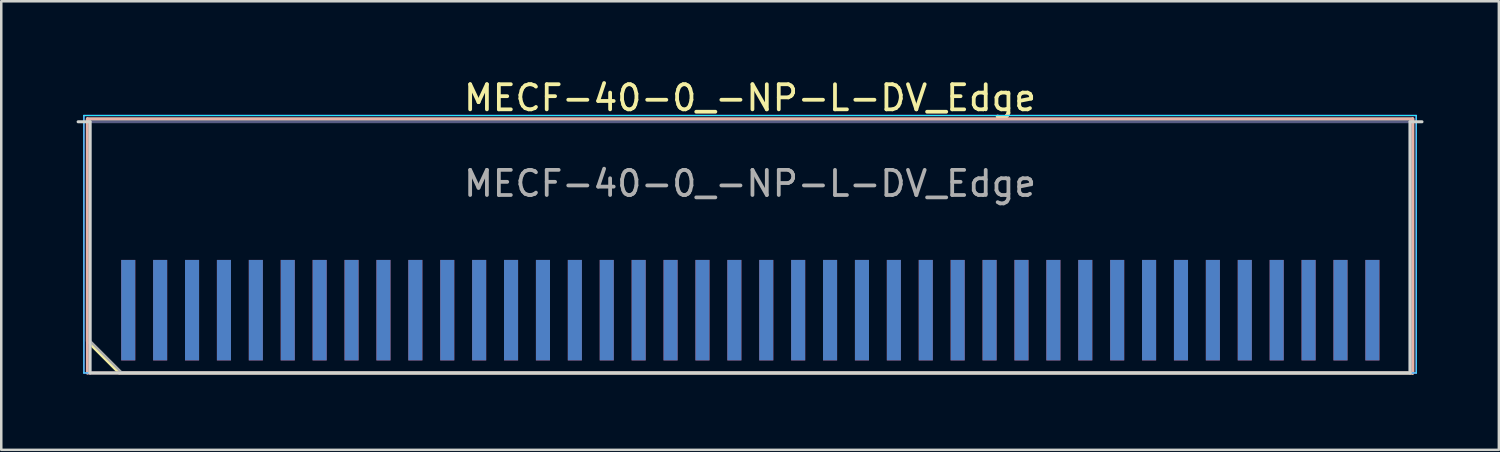
<source format=kicad_pcb>
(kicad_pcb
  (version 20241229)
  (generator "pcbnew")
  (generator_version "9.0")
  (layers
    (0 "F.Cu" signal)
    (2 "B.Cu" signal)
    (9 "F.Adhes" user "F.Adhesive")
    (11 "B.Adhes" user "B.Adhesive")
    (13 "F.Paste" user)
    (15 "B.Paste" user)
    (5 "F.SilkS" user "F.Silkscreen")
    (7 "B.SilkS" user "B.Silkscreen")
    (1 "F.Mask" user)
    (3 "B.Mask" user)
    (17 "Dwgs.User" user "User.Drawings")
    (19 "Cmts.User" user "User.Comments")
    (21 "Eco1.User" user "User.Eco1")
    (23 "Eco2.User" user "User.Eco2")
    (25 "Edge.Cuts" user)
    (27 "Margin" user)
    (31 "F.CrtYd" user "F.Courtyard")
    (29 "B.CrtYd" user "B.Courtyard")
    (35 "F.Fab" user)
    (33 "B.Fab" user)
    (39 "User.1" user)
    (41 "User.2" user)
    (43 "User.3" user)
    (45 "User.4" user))
  (footprint "MECF-40-0_-NP-L-DV_Edge"
    (layer "F.Cu")
    (at 26.81 6.798)
    (property "Reference" "MECF-40-0_-NP-L-DV_Edge" (at 0 -5.95 0) (layer "F.SilkS") (effects (font (size 1 1) (thickness 0.15))))
    (attr exclude_from_pos_files exclude_from_bom)
    (fp_line (start -26.38 -5.11) (end 26.38 -5.11) (stroke (width 0.12) (type solid)) (layer "F.SilkS"))
    (fp_line (start -26.38 3.73) (end -26.38 -5.11) (stroke (width 0.12) (type solid)) (layer "F.SilkS"))
    (fp_line (start -25.11 5) (end -26.38 3.73) (stroke (width 0.12) (type solid)) (layer "F.SilkS"))
    (fp_line (start -25.11 5) (end 26.38 5) (stroke (width 0.12) (type solid)) (layer "F.SilkS"))
    (fp_line (start 26.38 5) (end 26.38 -5.11) (stroke (width 0.12) (type solid)) (layer "F.SilkS"))
    (fp_line (start -26.38 -5.11) (end 26.38 -5.11) (stroke (width 0.12) (type solid)) (layer "B.SilkS"))
    (fp_line (start -26.38 5) (end -26.38 -5.11) (stroke (width 0.12) (type solid)) (layer "B.SilkS"))
    (fp_line (start -26.38 5) (end 26.38 5) (stroke (width 0.12) (type solid)) (layer "B.SilkS"))
    (fp_line (start 26.38 5) (end 26.38 -5.11) (stroke (width 0.12) (type solid)) (layer "B.SilkS"))
    (fp_line (start -26.75 -5) (end -26.275 -5) (stroke (width 0.12) (type solid)) (layer "Edge.Cuts"))
    (fp_line (start -26.275 5) (end -26.275 -5) (stroke (width 0.12) (type solid)) (layer "Edge.Cuts"))
    (fp_line (start -26.275 5) (end 26.275 5) (stroke (width 0.12) (type solid)) (layer "Edge.Cuts"))
    (fp_line (start 26.275 5) (end 26.275 -5) (stroke (width 0.12) (type solid)) (layer "Edge.Cuts"))
    (fp_line (start 26.75 -5) (end 26.275 -5) (stroke (width 0.12) (type solid)) (layer "Edge.Cuts"))
    (fp_line (start -26.52 -5.25) (end -26.52 5) (stroke (width 0.05) (type solid)) (layer "B.CrtYd"))
    (fp_line (start -26.52 5) (end 26.52 5) (stroke (width 0.05) (type solid)) (layer "B.CrtYd"))
    (fp_line (start 26.52 -5.25) (end -26.52 -5.25) (stroke (width 0.05) (type solid)) (layer "B.CrtYd"))
    (fp_line (start 26.52 5) (end 26.52 -5.25) (stroke (width 0.05) (type solid)) (layer "B.CrtYd"))
    (fp_line (start -26.52 -5.25) (end -26.52 5) (stroke (width 0.05) (type solid)) (layer "F.CrtYd"))
    (fp_line (start -26.52 5) (end 26.52 5) (stroke (width 0.05) (type solid)) (layer "F.CrtYd"))
    (fp_line (start 26.52 -5.25) (end -26.52 -5.25) (stroke (width 0.05) (type solid)) (layer "F.CrtYd"))
    (fp_line (start 26.52 5) (end 26.52 -5.25) (stroke (width 0.05) (type solid)) (layer "F.CrtYd"))
    (fp_line (start -26.275 -5) (end 26.275 -5) (stroke (width 0.1) (type solid)) (layer "B.Fab"))
    (fp_line (start -26.275 5) (end -26.275 -5) (stroke (width 0.1) (type solid)) (layer "B.Fab"))
    (fp_line (start -26.275 5) (end 26.275 5) (stroke (width 0.1) (type solid)) (layer "B.Fab"))
    (fp_line (start 26.275 5) (end 26.275 -5) (stroke (width 0.1) (type solid)) (layer "B.Fab"))
    (fp_line (start -26.275 -5) (end 26.275 -5) (stroke (width 0.1) (type solid)) (layer "F.Fab"))
    (fp_line (start -26.275 3.73) (end -26.275 -5) (stroke (width 0.1) (type solid)) (layer "F.Fab"))
    (fp_line (start -26.275 3.73) (end -25.005 5) (stroke (width 0.1) (type solid)) (layer "F.Fab"))
    (fp_line (start -25.005 5) (end 26.275 5) (stroke (width 0.1) (type solid)) (layer "F.Fab"))
    (fp_line (start 26.275 5) (end 26.275 -5) (stroke (width 0.1) (type solid)) (layer "F.Fab"))
    (fp_text user "${REFERENCE}" (at 0 -2.54 0) (layer "F.Fab") (effects (font (size 1 1) (thickness 0.15))))
    (pad "1" smd rect (at -24.755 2.5) (size 0.56 4) (layers "F.Cu" "F.Mask" "F.Paste"))
    (pad "2" smd rect (at -24.755 2.5) (size 0.56 4) (layers "B.Cu" "B.Mask" "B.Paste"))
    (pad "3" smd rect (at -23.485 2.5) (size 0.56 4) (layers "F.Cu" "F.Mask" "F.Paste"))
    (pad "4" smd rect (at -23.485 2.5) (size 0.56 4) (layers "B.Cu" "B.Mask" "B.Paste"))
    (pad "5" smd rect (at -22.215 2.5) (size 0.56 4) (layers "F.Cu" "F.Mask" "F.Paste"))
    (pad "6" smd rect (at -22.215 2.5) (size 0.56 4) (layers "B.Cu" "B.Mask" "B.Paste"))
    (pad "7" smd rect (at -20.945 2.5) (size 0.56 4) (layers "F.Cu" "F.Mask" "F.Paste"))
    (pad "8" smd rect (at -20.945 2.5) (size 0.56 4) (layers "B.Cu" "B.Mask" "B.Paste"))
    (pad "9" smd rect (at -19.675 2.5) (size 0.56 4) (layers "F.Cu" "F.Mask" "F.Paste"))
    (pad "10" smd rect (at -19.675 2.5) (size 0.56 4) (layers "B.Cu" "B.Mask" "B.Paste"))
    (pad "11" smd rect (at -18.405 2.5) (size 0.56 4) (layers "F.Cu" "F.Mask" "F.Paste"))
    (pad "12" smd rect (at -18.405 2.5) (size 0.56 4) (layers "B.Cu" "B.Mask" "B.Paste"))
    (pad "13" smd rect (at -17.135 2.5) (size 0.56 4) (layers "F.Cu" "F.Mask" "F.Paste"))
    (pad "14" smd rect (at -17.135 2.5) (size 0.56 4) (layers "B.Cu" "B.Mask" "B.Paste"))
    (pad "15" smd rect (at -15.865 2.5) (size 0.56 4) (layers "F.Cu" "F.Mask" "F.Paste"))
    (pad "16" smd rect (at -15.865 2.5) (size 0.56 4) (layers "B.Cu" "B.Mask" "B.Paste"))
    (pad "17" smd rect (at -14.595 2.5) (size 0.56 4) (layers "F.Cu" "F.Mask" "F.Paste"))
    (pad "18" smd rect (at -14.595 2.5) (size 0.56 4) (layers "B.Cu" "B.Mask" "B.Paste"))
    (pad "19" smd rect (at -13.325 2.5) (size 0.56 4) (layers "F.Cu" "F.Mask" "F.Paste"))
    (pad "20" smd rect (at -13.325 2.5) (size 0.56 4) (layers "B.Cu" "B.Mask" "B.Paste"))
    (pad "21" smd rect (at -12.055 2.5) (size 0.56 4) (layers "F.Cu" "F.Mask" "F.Paste"))
    (pad "22" smd rect (at -12.055 2.5) (size 0.56 4) (layers "B.Cu" "B.Mask" "B.Paste"))
    (pad "23" smd rect (at -10.785 2.5) (size 0.56 4) (layers "F.Cu" "F.Mask" "F.Paste"))
    (pad "24" smd rect (at -10.785 2.5) (size 0.56 4) (layers "B.Cu" "B.Mask" "B.Paste"))
    (pad "25" smd rect (at -9.515 2.5) (size 0.56 4) (layers "F.Cu" "F.Mask" "F.Paste"))
    (pad "26" smd rect (at -9.515 2.5) (size 0.56 4) (layers "B.Cu" "B.Mask" "B.Paste"))
    (pad "27" smd rect (at -8.245 2.5) (size 0.56 4) (layers "F.Cu" "F.Mask" "F.Paste"))
    (pad "28" smd rect (at -8.245 2.5) (size 0.56 4) (layers "B.Cu" "B.Mask" "B.Paste"))
    (pad "29" smd rect (at -6.975 2.5) (size 0.56 4) (layers "F.Cu" "F.Mask" "F.Paste"))
    (pad "30" smd rect (at -6.975 2.5) (size 0.56 4) (layers "B.Cu" "B.Mask" "B.Paste"))
    (pad "31" smd rect (at -5.705 2.5) (size 0.56 4) (layers "F.Cu" "F.Mask" "F.Paste"))
    (pad "32" smd rect (at -5.705 2.5) (size 0.56 4) (layers "B.Cu" "B.Mask" "B.Paste"))
    (pad "33" smd rect (at -4.435 2.5) (size 0.56 4) (layers "F.Cu" "F.Mask" "F.Paste"))
    (pad "34" smd rect (at -4.435 2.5) (size 0.56 4) (layers "B.Cu" "B.Mask" "B.Paste"))
    (pad "35" smd rect (at -3.165 2.5) (size 0.56 4) (layers "F.Cu" "F.Mask" "F.Paste"))
    (pad "36" smd rect (at -3.165 2.5) (size 0.56 4) (layers "B.Cu" "B.Mask" "B.Paste"))
    (pad "37" smd rect (at -1.895 2.5) (size 0.56 4) (layers "F.Cu" "F.Mask" "F.Paste"))
    (pad "38" smd rect (at -1.895 2.5) (size 0.56 4) (layers "B.Cu" "B.Mask" "B.Paste"))
    (pad "39" smd rect (at -0.625 2.5) (size 0.56 4) (layers "F.Cu" "F.Mask" "F.Paste"))
    (pad "40" smd rect (at -0.625 2.5) (size 0.56 4) (layers "B.Cu" "B.Mask" "B.Paste"))
    (pad "41" smd rect (at 0.645 2.5) (size 0.56 4) (layers "F.Cu" "F.Mask" "F.Paste"))
    (pad "42" smd rect (at 0.645 2.5) (size 0.56 4) (layers "B.Cu" "B.Mask" "B.Paste"))
    (pad "43" smd rect (at 1.915 2.5) (size 0.56 4) (layers "F.Cu" "F.Mask" "F.Paste"))
    (pad "44" smd rect (at 1.915 2.5) (size 0.56 4) (layers "B.Cu" "B.Mask" "B.Paste"))
    (pad "45" smd rect (at 3.185 2.5) (size 0.56 4) (layers "F.Cu" "F.Mask" "F.Paste"))
    (pad "46" smd rect (at 3.185 2.5) (size 0.56 4) (layers "B.Cu" "B.Mask" "B.Paste"))
    (pad "47" smd rect (at 4.455 2.5) (size 0.56 4) (layers "F.Cu" "F.Mask" "F.Paste"))
    (pad "48" smd rect (at 4.455 2.5) (size 0.56 4) (layers "B.Cu" "B.Mask" "B.Paste"))
    (pad "49" smd rect (at 5.725 2.5) (size 0.56 4) (layers "F.Cu" "F.Mask" "F.Paste"))
    (pad "50" smd rect (at 5.725 2.5) (size 0.56 4) (layers "B.Cu" "B.Mask" "B.Paste"))
    (pad "51" smd rect (at 6.995 2.5) (size 0.56 4) (layers "F.Cu" "F.Mask" "F.Paste"))
    (pad "52" smd rect (at 6.995 2.5) (size 0.56 4) (layers "B.Cu" "B.Mask" "B.Paste"))
    (pad "53" smd rect (at 8.265 2.5) (size 0.56 4) (layers "F.Cu" "F.Mask" "F.Paste"))
    (pad "54" smd rect (at 8.265 2.5) (size 0.56 4) (layers "B.Cu" "B.Mask" "B.Paste"))
    (pad "55" smd rect (at 9.535 2.5) (size 0.56 4) (layers "F.Cu" "F.Mask" "F.Paste"))
    (pad "56" smd rect (at 9.535 2.5) (size 0.56 4) (layers "B.Cu" "B.Mask" "B.Paste"))
    (pad "57" smd rect (at 10.805 2.5) (size 0.56 4) (layers "F.Cu" "F.Mask" "F.Paste"))
    (pad "58" smd rect (at 10.805 2.5) (size 0.56 4) (layers "B.Cu" "B.Mask" "B.Paste"))
    (pad "59" smd rect (at 12.075 2.5) (size 0.56 4) (layers "F.Cu" "F.Mask" "F.Paste"))
    (pad "60" smd rect (at 12.075 2.5) (size 0.56 4) (layers "B.Cu" "B.Mask" "B.Paste"))
    (pad "61" smd rect (at 13.345 2.5) (size 0.56 4) (layers "F.Cu" "F.Mask" "F.Paste"))
    (pad "62" smd rect (at 13.345 2.5) (size 0.56 4) (layers "B.Cu" "B.Mask" "B.Paste"))
    (pad "63" smd rect (at 14.615 2.5) (size 0.56 4) (layers "F.Cu" "F.Mask" "F.Paste"))
    (pad "64" smd rect (at 14.615 2.5) (size 0.56 4) (layers "B.Cu" "B.Mask" "B.Paste"))
    (pad "65" smd rect (at 15.885 2.5) (size 0.56 4) (layers "F.Cu" "F.Mask" "F.Paste"))
    (pad "66" smd rect (at 15.885 2.5) (size 0.56 4) (layers "B.Cu" "B.Mask" "B.Paste"))
    (pad "67" smd rect (at 17.155 2.5) (size 0.56 4) (layers "F.Cu" "F.Mask" "F.Paste"))
    (pad "68" smd rect (at 17.155 2.5) (size 0.56 4) (layers "B.Cu" "B.Mask" "B.Paste"))
    (pad "69" smd rect (at 18.425 2.5) (size 0.56 4) (layers "F.Cu" "F.Mask" "F.Paste"))
    (pad "70" smd rect (at 18.425 2.5) (size 0.56 4) (layers "B.Cu" "B.Mask" "B.Paste"))
    (pad "71" smd rect (at 19.695 2.5) (size 0.56 4) (layers "F.Cu" "F.Mask" "F.Paste"))
    (pad "72" smd rect (at 19.695 2.5) (size 0.56 4) (layers "B.Cu" "B.Mask" "B.Paste"))
    (pad "73" smd rect (at 20.965 2.5) (size 0.56 4) (layers "F.Cu" "F.Mask" "F.Paste"))
    (pad "74" smd rect (at 20.965 2.5) (size 0.56 4) (layers "B.Cu" "B.Mask" "B.Paste"))
    (pad "75" smd rect (at 22.235 2.5) (size 0.56 4) (layers "F.Cu" "F.Mask" "F.Paste"))
    (pad "76" smd rect (at 22.235 2.5) (size 0.56 4) (layers "B.Cu" "B.Mask" "B.Paste"))
    (pad "77" smd rect (at 23.505 2.5) (size 0.56 4) (layers "F.Cu" "F.Mask" "F.Paste"))
    (pad "78" smd rect (at 23.505 2.5) (size 0.56 4) (layers "B.Cu" "B.Mask" "B.Paste"))
    (pad "79" smd rect (at 24.775 2.5) (size 0.56 4) (layers "F.Cu" "F.Mask" "F.Paste"))
    (pad "80" smd rect (at 24.775 2.5) (size 0.56 4) (layers "B.Cu" "B.Mask" "B.Paste")))
  (gr_rect
    (start -3 -3)
    (end 56.62 14.858)
    (stroke (width 0.1) (type default))
    (fill no)
    (layer "Edge.Cuts")))
</source>
